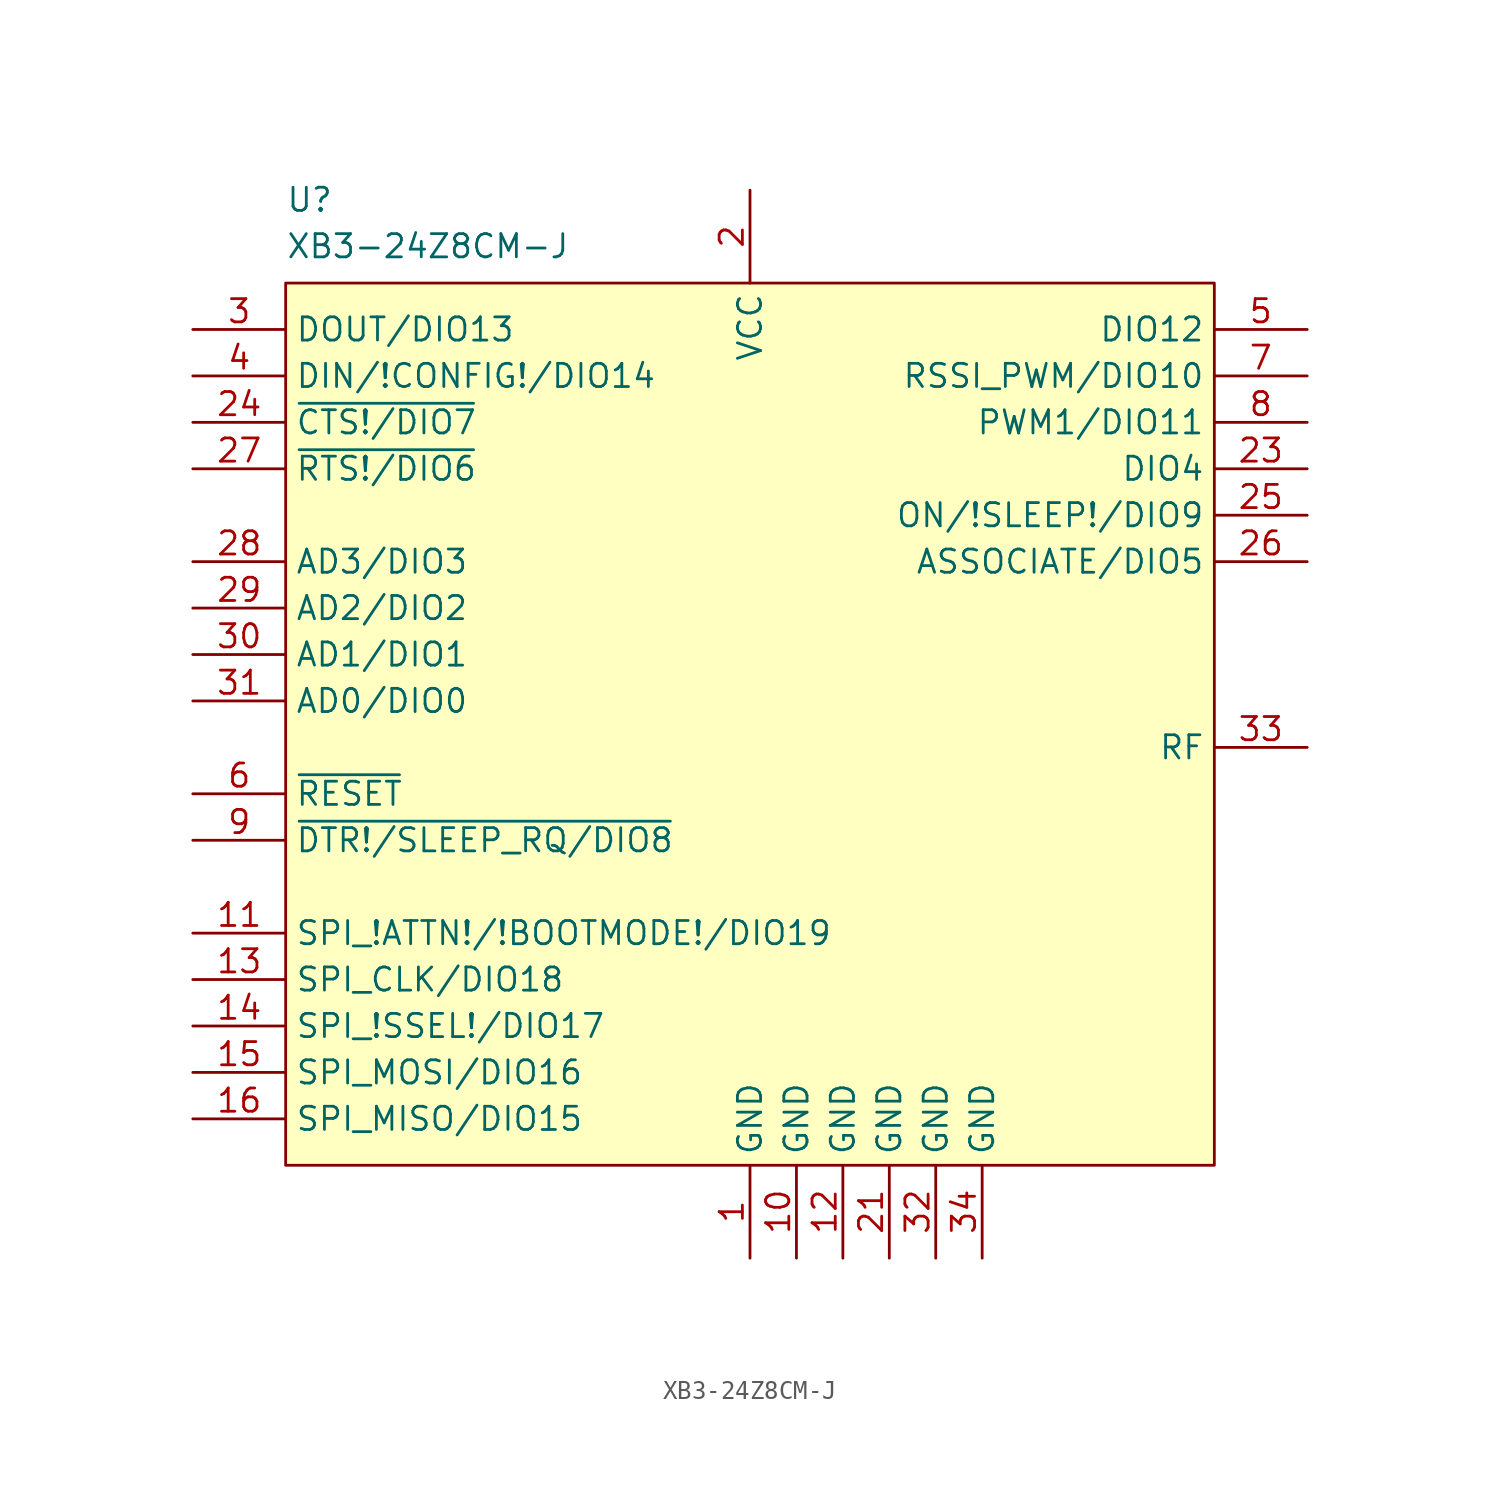
<source format=kicad_sym>
(kicad_symbol_lib
  (version 20211014)
  (generator kicad_symbol_editor)
  (symbol "XB3-24Z8CM-J"
    (property "Reference" "U"
      (at -25.4 29.21 0)
      (effects (font (size 1.27 1.27)) (justify left bottom)))
    (property "Value" "XB3-24Z8CM-J"
      (at -25.4 26.67 0)
      (effects (font (size 1.27 1.27)) (justify left bottom)))
    (property "ki_locked" ""
      (at 0 0 0)
      (effects (font (size 1.27 1.27))))
    (symbol "XB3-24Z8CM-J_0_0"
      (pin power_in line (at 0 -27.94 90) (length 5.08) (name "GND" (effects (font (size 1.27 1.27)))) (number "1" (effects (font (size 1.27 1.27)))))
      (pin power_in line (at 2.54 -27.94 90) (length 5.08) (name "GND" (effects (font (size 1.27 1.27)))) (number "10" (effects (font (size 1.27 1.27)))))
      (pin bidirectional line (at -30.48 -10.16 0) (length 5.08) (name "SPI_!ATTN!/!BOOTMODE!/DIO19" (effects (font (size 1.27 1.27)))) (number "11" (effects (font (size 1.27 1.27)))))
      (pin power_in line (at 5.08 -27.94 90) (length 5.08) (name "GND" (effects (font (size 1.27 1.27)))) (number "12" (effects (font (size 1.27 1.27)))))
      (pin bidirectional line (at -30.48 -12.7 0) (length 5.08) (name "SPI_CLK/DIO18" (effects (font (size 1.27 1.27)))) (number "13" (effects (font (size 1.27 1.27)))))
      (pin bidirectional line (at -30.48 -15.24 0) (length 5.08) (name "SPI_!SSEL!/DIO17" (effects (font (size 1.27 1.27)))) (number "14" (effects (font (size 1.27 1.27)))))
      (pin bidirectional line (at -30.48 -17.78 0) (length 5.08) (name "SPI_MOSI/DIO16" (effects (font (size 1.27 1.27)))) (number "15" (effects (font (size 1.27 1.27)))))
      (pin bidirectional line (at -30.48 -20.32 0) (length 5.08) (name "SPI_MISO/DIO15" (effects (font (size 1.27 1.27)))) (number "16" (effects (font (size 1.27 1.27)))))
      (pin power_in line (at 0 30.48 270) (length 5.08) (name "VCC" (effects (font (size 1.27 1.27)))) (number "2" (effects (font (size 1.27 1.27)))))
      (pin power_in line (at 7.62 -27.94 90) (length 5.08) (name "GND" (effects (font (size 1.27 1.27)))) (number "21" (effects (font (size 1.27 1.27)))))
      (pin bidirectional line (at 30.48 15.24 180) (length 5.08) (name "DIO4" (effects (font (size 1.27 1.27)))) (number "23" (effects (font (size 1.27 1.27)))))
      (pin bidirectional line (at -30.48 17.78 0) (length 5.08) (name "~{CTS!/DIO7}" (effects (font (size 1.27 1.27)))) (number "24" (effects (font (size 1.27 1.27)))))
      (pin bidirectional line (at 30.48 12.7 180) (length 5.08) (name "ON/!SLEEP!/DIO9" (effects (font (size 1.27 1.27)))) (number "25" (effects (font (size 1.27 1.27)))))
      (pin bidirectional line (at 30.48 10.16 180) (length 5.08) (name "ASSOCIATE/DIO5" (effects (font (size 1.27 1.27)))) (number "26" (effects (font (size 1.27 1.27)))))
      (pin bidirectional line (at -30.48 15.24 0) (length 5.08) (name "~{RTS!/DIO6}" (effects (font (size 1.27 1.27)))) (number "27" (effects (font (size 1.27 1.27)))))
      (pin bidirectional line (at -30.48 10.16 0) (length 5.08) (name "AD3/DIO3" (effects (font (size 1.27 1.27)))) (number "28" (effects (font (size 1.27 1.27)))))
      (pin bidirectional line (at -30.48 7.62 0) (length 5.08) (name "AD2/DIO2" (effects (font (size 1.27 1.27)))) (number "29" (effects (font (size 1.27 1.27)))))
      (pin bidirectional line (at -30.48 22.86 0) (length 5.08) (name "DOUT/DIO13" (effects (font (size 1.27 1.27)))) (number "3" (effects (font (size 1.27 1.27)))))
      (pin bidirectional line (at -30.48 5.08 0) (length 5.08) (name "AD1/DIO1" (effects (font (size 1.27 1.27)))) (number "30" (effects (font (size 1.27 1.27)))))
      (pin bidirectional line (at -30.48 2.54 0) (length 5.08) (name "AD0/DIO0" (effects (font (size 1.27 1.27)))) (number "31" (effects (font (size 1.27 1.27)))))
      (pin power_in line (at 10.16 -27.94 90) (length 5.08) (name "GND" (effects (font (size 1.27 1.27)))) (number "32" (effects (font (size 1.27 1.27)))))
      (pin bidirectional line (at 30.48 0 180) (length 5.08) (name "RF" (effects (font (size 1.27 1.27)))) (number "33" (effects (font (size 1.27 1.27)))))
      (pin power_in line (at 12.7 -27.94 90) (length 5.08) (name "GND" (effects (font (size 1.27 1.27)))) (number "34" (effects (font (size 1.27 1.27)))))
      (pin bidirectional line (at -30.48 20.32 0) (length 5.08) (name "DIN/!CONFIG!/DIO14" (effects (font (size 1.27 1.27)))) (number "4" (effects (font (size 1.27 1.27)))))
      (pin bidirectional line (at 30.48 22.86 180) (length 5.08) (name "DIO12" (effects (font (size 1.27 1.27)))) (number "5" (effects (font (size 1.27 1.27)))))
      (pin input line (at -30.48 -2.54 0) (length 5.08) (name "~{RESET}" (effects (font (size 1.27 1.27)))) (number "6" (effects (font (size 1.27 1.27)))))
      (pin bidirectional line (at 30.48 20.32 180) (length 5.08) (name "RSSI_PWM/DIO10" (effects (font (size 1.27 1.27)))) (number "7" (effects (font (size 1.27 1.27)))))
      (pin bidirectional line (at 30.48 17.78 180) (length 5.08) (name "PWM1/DIO11" (effects (font (size 1.27 1.27)))) (number "8" (effects (font (size 1.27 1.27)))))
      (pin bidirectional line (at -30.48 -5.08 0) (length 5.08) (name "~{DTR!/SLEEP_RQ/DIO8}" (effects (font (size 1.27 1.27)))) (number "9" (effects (font (size 1.27 1.27))))))
    (symbol "XB3-24Z8CM-J_1_1"
      (rectangle (start -25.4 25.4) (end 25.4 -22.86) (stroke (width 0) (type default) (color 0 0 0 0)) (fill (type background))))))
</source>
